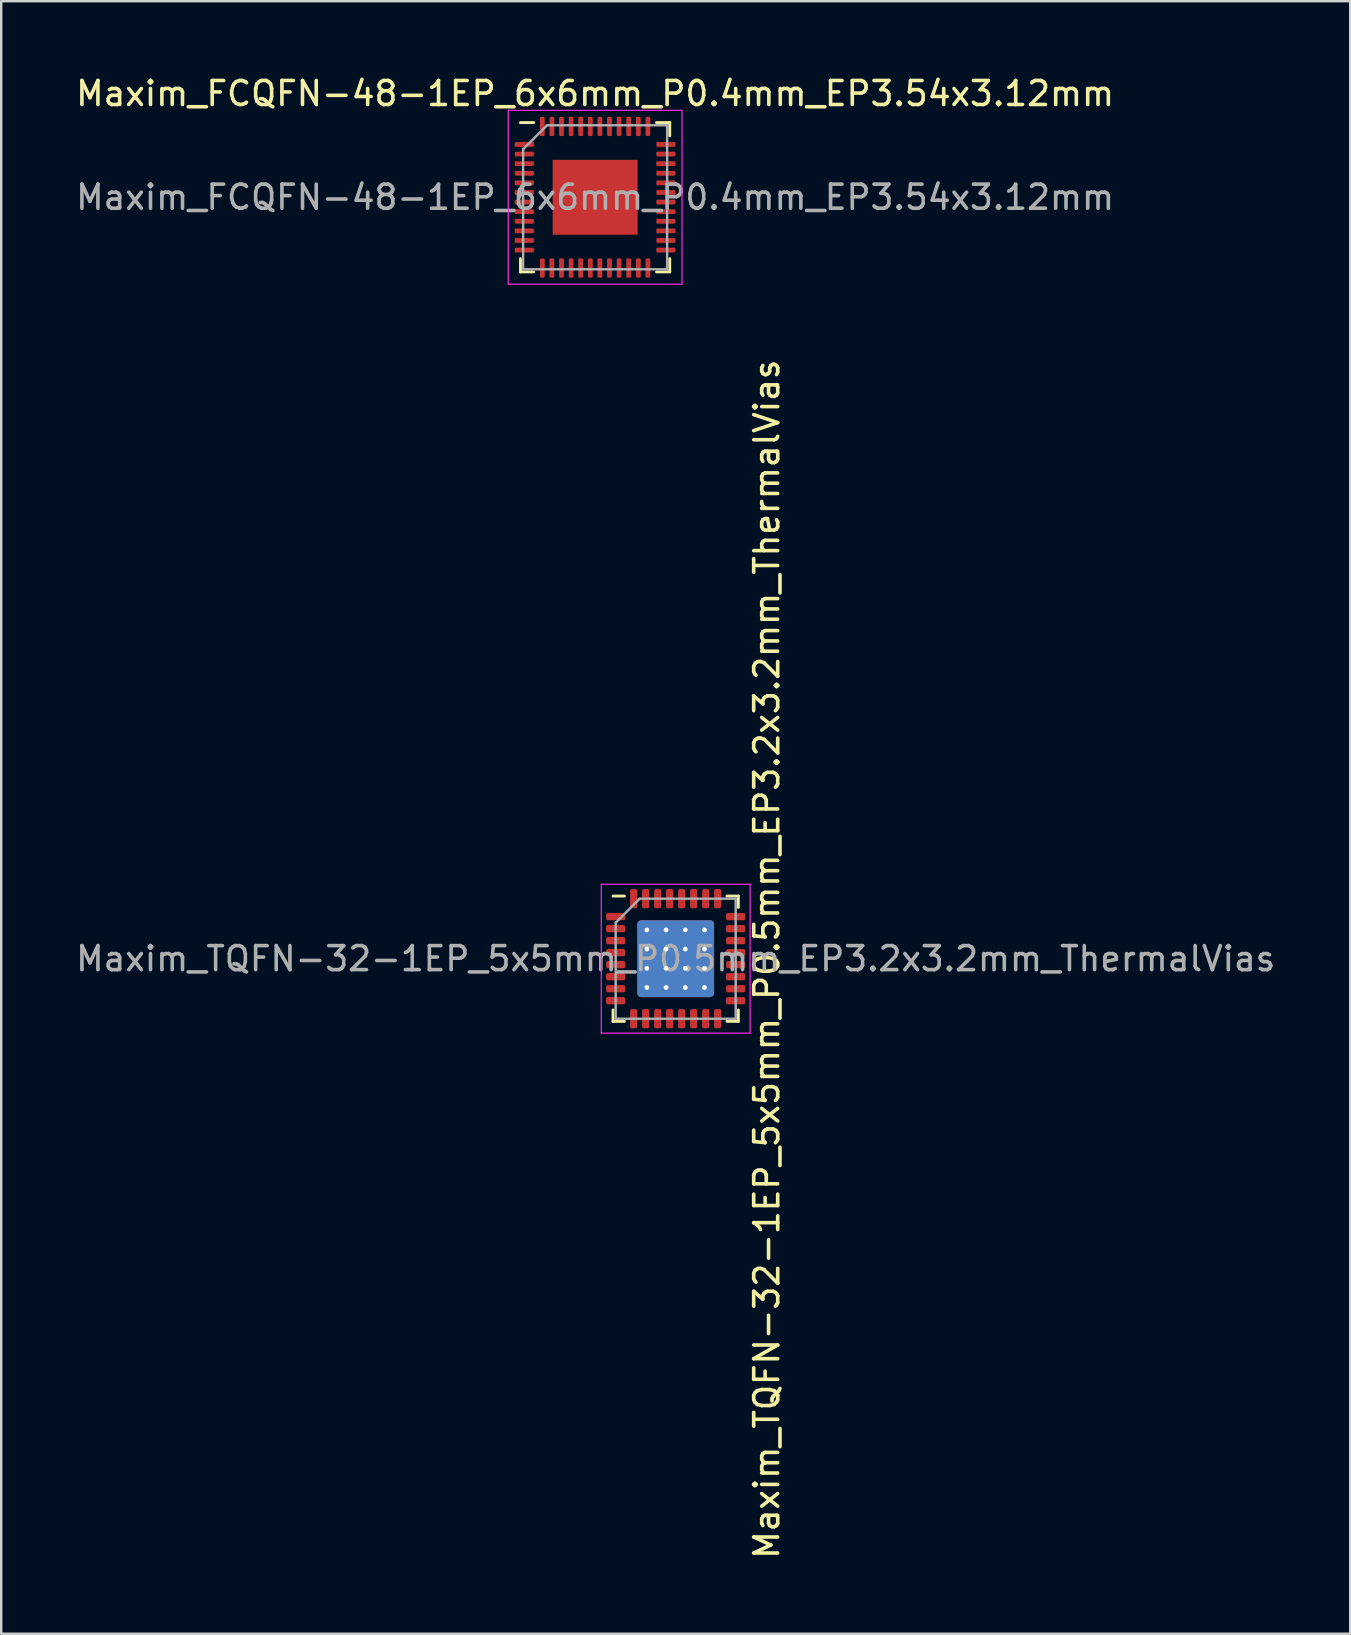
<source format=kicad_pcb>
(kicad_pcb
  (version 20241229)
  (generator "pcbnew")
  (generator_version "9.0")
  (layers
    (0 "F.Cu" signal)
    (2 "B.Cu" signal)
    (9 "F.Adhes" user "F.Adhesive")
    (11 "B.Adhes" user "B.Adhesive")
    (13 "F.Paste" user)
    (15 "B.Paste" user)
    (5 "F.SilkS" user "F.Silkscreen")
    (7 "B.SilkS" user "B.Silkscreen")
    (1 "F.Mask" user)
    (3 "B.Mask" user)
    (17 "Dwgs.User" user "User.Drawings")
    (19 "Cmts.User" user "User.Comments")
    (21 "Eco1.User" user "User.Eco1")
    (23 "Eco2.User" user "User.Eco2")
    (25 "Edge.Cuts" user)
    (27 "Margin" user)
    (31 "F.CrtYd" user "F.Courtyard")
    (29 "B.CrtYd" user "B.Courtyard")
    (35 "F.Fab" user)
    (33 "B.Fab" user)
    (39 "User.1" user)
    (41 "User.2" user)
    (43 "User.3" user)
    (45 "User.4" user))
  (footprint "Maxim_FCQFN-48-1EP_6x6mm_P0.4mm_EP3.54x3.12mm"
    (layer "F.Cu")
    (at 21.744 5.168)
    (property "Reference" "Maxim_FCQFN-48-1EP_6x6mm_P0.4mm_EP3.54x3.12mm" (at 0 -4.32 0) (layer "F.SilkS") (effects (font (size 1 1) (thickness 0.15))))
    (attr smd)
    (fp_line (start -3.11 3.11) (end -3.11 2.56) (stroke (width 0.12) (type solid)) (layer "F.SilkS"))
    (fp_line (start -2.56 -3.11) (end -3.11 -3.11) (stroke (width 0.12) (type solid)) (layer "F.SilkS"))
    (fp_line (start -2.56 3.11) (end -3.11 3.11) (stroke (width 0.12) (type solid)) (layer "F.SilkS"))
    (fp_line (start 2.56 -3.11) (end 3.11 -3.11) (stroke (width 0.12) (type solid)) (layer "F.SilkS"))
    (fp_line (start 2.56 3.11) (end 3.11 3.11) (stroke (width 0.12) (type solid)) (layer "F.SilkS"))
    (fp_line (start 3.11 -3.11) (end 3.11 -2.56) (stroke (width 0.12) (type solid)) (layer "F.SilkS"))
    (fp_line (start 3.11 3.11) (end 3.11 2.56) (stroke (width 0.12) (type solid)) (layer "F.SilkS"))
    (fp_line (start -3.62 -3.62) (end -3.62 3.62) (stroke (width 0.05) (type solid)) (layer "F.CrtYd"))
    (fp_line (start -3.62 3.62) (end 3.62 3.62) (stroke (width 0.05) (type solid)) (layer "F.CrtYd"))
    (fp_line (start 3.62 -3.62) (end -3.62 -3.62) (stroke (width 0.05) (type solid)) (layer "F.CrtYd"))
    (fp_line (start 3.62 3.62) (end 3.62 -3.62) (stroke (width 0.05) (type solid)) (layer "F.CrtYd"))
    (fp_line (start -3 -2) (end -2 -3) (stroke (width 0.1) (type solid)) (layer "F.Fab"))
    (fp_line (start -3 3) (end -3 -2) (stroke (width 0.1) (type solid)) (layer "F.Fab"))
    (fp_line (start -2 -3) (end 3 -3) (stroke (width 0.1) (type solid)) (layer "F.Fab"))
    (fp_line (start 3 -3) (end 3 3) (stroke (width 0.1) (type solid)) (layer "F.Fab"))
    (fp_line (start 3 3) (end -3 3) (stroke (width 0.1) (type solid)) (layer "F.Fab"))
    (fp_text user "${REFERENCE}" (at 0 0 0) (layer "F.Fab") (effects (font (size 1 1) (thickness 0.15))))
    (pad "" smd roundrect (at -1.05 -1.05) (size 0.847 0.847) (layers "F.Paste") (roundrect_rratio 0.25))
    (pad "" smd roundrect (at -1.05 0) (size 0.847 0.847) (layers "F.Paste") (roundrect_rratio 0.25))
    (pad "" smd roundrect (at -1.05 1.05) (size 0.847 0.847) (layers "F.Paste") (roundrect_rratio 0.25))
    (pad "" smd roundrect (at 0 -1.05) (size 0.847 0.847) (layers "F.Paste") (roundrect_rratio 0.25))
    (pad "" smd roundrect (at 0 0) (size 0.847 0.847) (layers "F.Paste") (roundrect_rratio 0.25))
    (pad "" smd roundrect (at 0 1.05) (size 0.847 0.847) (layers "F.Paste") (roundrect_rratio 0.25))
    (pad "" smd roundrect (at 1.05 -1.05) (size 0.847 0.847) (layers "F.Paste") (roundrect_rratio 0.25))
    (pad "" smd roundrect (at 1.05 0) (size 0.847 0.847) (layers "F.Paste") (roundrect_rratio 0.25))
    (pad "" smd roundrect (at 1.05 1.05) (size 0.847 0.847) (layers "F.Paste") (roundrect_rratio 0.25))
    (pad "1" smd roundrect (at -2.95 -2.2) (size 0.8 0.2) (layers "F.Cu" "F.Mask" "F.Paste") (roundrect_rratio 0.25))
    (pad "2" smd roundrect (at -2.95 -1.8) (size 0.8 0.2) (layers "F.Cu" "F.Mask" "F.Paste") (roundrect_rratio 0.25))
    (pad "3" smd roundrect (at -2.95 -1.4) (size 0.8 0.2) (layers "F.Cu" "F.Mask" "F.Paste") (roundrect_rratio 0.25))
    (pad "4" smd roundrect (at -2.95 -1) (size 0.8 0.2) (layers "F.Cu" "F.Mask" "F.Paste") (roundrect_rratio 0.25))
    (pad "5" smd roundrect (at -2.95 -0.6) (size 0.8 0.2) (layers "F.Cu" "F.Mask" "F.Paste") (roundrect_rratio 0.25))
    (pad "6" smd roundrect (at -2.95 -0.2) (size 0.8 0.2) (layers "F.Cu" "F.Mask" "F.Paste") (roundrect_rratio 0.25))
    (pad "7" smd roundrect (at -2.95 0.2) (size 0.8 0.2) (layers "F.Cu" "F.Mask" "F.Paste") (roundrect_rratio 0.25))
    (pad "8" smd roundrect (at -2.95 0.6) (size 0.8 0.2) (layers "F.Cu" "F.Mask" "F.Paste") (roundrect_rratio 0.25))
    (pad "9" smd roundrect (at -2.95 1) (size 0.8 0.2) (layers "F.Cu" "F.Mask" "F.Paste") (roundrect_rratio 0.25))
    (pad "10" smd roundrect (at -2.95 1.4) (size 0.8 0.2) (layers "F.Cu" "F.Mask" "F.Paste") (roundrect_rratio 0.25))
    (pad "11" smd roundrect (at -2.95 1.8) (size 0.8 0.2) (layers "F.Cu" "F.Mask" "F.Paste") (roundrect_rratio 0.25))
    (pad "12" smd roundrect (at -2.95 2.2) (size 0.8 0.2) (layers "F.Cu" "F.Mask" "F.Paste") (roundrect_rratio 0.25))
    (pad "13" smd roundrect (at -2.2 2.95) (size 0.2 0.8) (layers "F.Cu" "F.Mask" "F.Paste") (roundrect_rratio 0.25))
    (pad "14" smd roundrect (at -1.8 2.95) (size 0.2 0.8) (layers "F.Cu" "F.Mask" "F.Paste") (roundrect_rratio 0.25))
    (pad "15" smd roundrect (at -1.4 2.95) (size 0.2 0.8) (layers "F.Cu" "F.Mask" "F.Paste") (roundrect_rratio 0.25))
    (pad "16" smd roundrect (at -1 2.95) (size 0.2 0.8) (layers "F.Cu" "F.Mask" "F.Paste") (roundrect_rratio 0.25))
    (pad "17" smd roundrect (at -0.6 2.95) (size 0.2 0.8) (layers "F.Cu" "F.Mask" "F.Paste") (roundrect_rratio 0.25))
    (pad "18" smd roundrect (at -0.2 2.95) (size 0.2 0.8) (layers "F.Cu" "F.Mask" "F.Paste") (roundrect_rratio 0.25))
    (pad "19" smd roundrect (at 0.2 2.95) (size 0.2 0.8) (layers "F.Cu" "F.Mask" "F.Paste") (roundrect_rratio 0.25))
    (pad "20" smd roundrect (at 0.6 2.95) (size 0.2 0.8) (layers "F.Cu" "F.Mask" "F.Paste") (roundrect_rratio 0.25))
    (pad "21" smd roundrect (at 1 2.95) (size 0.2 0.8) (layers "F.Cu" "F.Mask" "F.Paste") (roundrect_rratio 0.25))
    (pad "22" smd roundrect (at 1.4 2.95) (size 0.2 0.8) (layers "F.Cu" "F.Mask" "F.Paste") (roundrect_rratio 0.25))
    (pad "23" smd roundrect (at 1.8 2.95) (size 0.2 0.8) (layers "F.Cu" "F.Mask" "F.Paste") (roundrect_rratio 0.25))
    (pad "24" smd roundrect (at 2.2 2.95) (size 0.2 0.8) (layers "F.Cu" "F.Mask" "F.Paste") (roundrect_rratio 0.25))
    (pad "25" smd roundrect (at 2.95 2.2) (size 0.8 0.2) (layers "F.Cu" "F.Mask" "F.Paste") (roundrect_rratio 0.25))
    (pad "26" smd roundrect (at 2.95 1.8) (size 0.8 0.2) (layers "F.Cu" "F.Mask" "F.Paste") (roundrect_rratio 0.25))
    (pad "27" smd roundrect (at 2.95 1.4) (size 0.8 0.2) (layers "F.Cu" "F.Mask" "F.Paste") (roundrect_rratio 0.25))
    (pad "28" smd roundrect (at 2.95 1) (size 0.8 0.2) (layers "F.Cu" "F.Mask" "F.Paste") (roundrect_rratio 0.25))
    (pad "29" smd roundrect (at 2.95 0.6) (size 0.8 0.2) (layers "F.Cu" "F.Mask" "F.Paste") (roundrect_rratio 0.25))
    (pad "30" smd roundrect (at 2.95 0.2) (size 0.8 0.2) (layers "F.Cu" "F.Mask" "F.Paste") (roundrect_rratio 0.25))
    (pad "31" smd roundrect (at 2.95 -0.2) (size 0.8 0.2) (layers "F.Cu" "F.Mask" "F.Paste") (roundrect_rratio 0.25))
    (pad "32" smd roundrect (at 2.95 -0.6) (size 0.8 0.2) (layers "F.Cu" "F.Mask" "F.Paste") (roundrect_rratio 0.25))
    (pad "33" smd roundrect (at 2.95 -1) (size 0.8 0.2) (layers "F.Cu" "F.Mask" "F.Paste") (roundrect_rratio 0.25))
    (pad "34" smd roundrect (at 2.95 -1.4) (size 0.8 0.2) (layers "F.Cu" "F.Mask" "F.Paste") (roundrect_rratio 0.25))
    (pad "35" smd roundrect (at 2.95 -1.8) (size 0.8 0.2) (layers "F.Cu" "F.Mask" "F.Paste") (roundrect_rratio 0.25))
    (pad "36" smd roundrect (at 2.95 -2.2) (size 0.8 0.2) (layers "F.Cu" "F.Mask" "F.Paste") (roundrect_rratio 0.25))
    (pad "37" smd roundrect (at 2.2 -2.95) (size 0.2 0.8) (layers "F.Cu" "F.Mask" "F.Paste") (roundrect_rratio 0.25))
    (pad "38" smd roundrect (at 1.8 -2.95) (size 0.2 0.8) (layers "F.Cu" "F.Mask" "F.Paste") (roundrect_rratio 0.25))
    (pad "39" smd roundrect (at 1.4 -2.95) (size 0.2 0.8) (layers "F.Cu" "F.Mask" "F.Paste") (roundrect_rratio 0.25))
    (pad "40" smd roundrect (at 1 -2.95) (size 0.2 0.8) (layers "F.Cu" "F.Mask" "F.Paste") (roundrect_rratio 0.25))
    (pad "41" smd roundrect (at 0.6 -2.95) (size 0.2 0.8) (layers "F.Cu" "F.Mask" "F.Paste") (roundrect_rratio 0.25))
    (pad "42" smd roundrect (at 0.2 -2.95) (size 0.2 0.8) (layers "F.Cu" "F.Mask" "F.Paste") (roundrect_rratio 0.25))
    (pad "43" smd roundrect (at -0.2 -2.95) (size 0.2 0.8) (layers "F.Cu" "F.Mask" "F.Paste") (roundrect_rratio 0.25))
    (pad "44" smd roundrect (at -0.6 -2.95) (size 0.2 0.8) (layers "F.Cu" "F.Mask" "F.Paste") (roundrect_rratio 0.25))
    (pad "45" smd roundrect (at -1 -2.95) (size 0.2 0.8) (layers "F.Cu" "F.Mask" "F.Paste") (roundrect_rratio 0.25))
    (pad "46" smd roundrect (at -1.4 -2.95) (size 0.2 0.8) (layers "F.Cu" "F.Mask" "F.Paste") (roundrect_rratio 0.25))
    (pad "47" smd roundrect (at -1.8 -2.95) (size 0.2 0.8) (layers "F.Cu" "F.Mask" "F.Paste") (roundrect_rratio 0.25))
    (pad "48" smd roundrect (at -2.2 -2.95) (size 0.2 0.8) (layers "F.Cu" "F.Mask" "F.Paste") (roundrect_rratio 0.25))
    (pad "49" smd rect (at 0 0) (size 3.54 3.12) (layers "F.Cu" "F.Mask")))
  (footprint "Maxim_TQFN-32-1EP_5x5mm_P0.5mm_EP3.2x3.2mm_ThermalVias"
    (layer "F.Cu")
    (at 25.101 36.892)
    (property "Reference" "Maxim_TQFN-32-1EP_5x5mm_P0.5mm_EP3.2x3.2mm_ThermalVias" (at 3.795 0.022 90) (layer "F.SilkS") (effects (font (size 1 1) (thickness 0.15))))
    (attr smd)
    (fp_line (start -2.61 2.61) (end -2.61 2.135) (stroke (width 0.12) (type solid)) (layer "F.SilkS"))
    (fp_line (start -2.135 -2.61) (end -2.61 -2.61) (stroke (width 0.12) (type solid)) (layer "F.SilkS"))
    (fp_line (start -2.135 2.61) (end -2.61 2.61) (stroke (width 0.12) (type solid)) (layer "F.SilkS"))
    (fp_line (start 2.135 -2.61) (end 2.61 -2.61) (stroke (width 0.12) (type solid)) (layer "F.SilkS"))
    (fp_line (start 2.135 2.61) (end 2.61 2.61) (stroke (width 0.12) (type solid)) (layer "F.SilkS"))
    (fp_line (start 2.61 -2.61) (end 2.61 -2.135) (stroke (width 0.12) (type solid)) (layer "F.SilkS"))
    (fp_line (start 2.61 2.61) (end 2.61 2.135) (stroke (width 0.12) (type solid)) (layer "F.SilkS"))
    (fp_line (start -3.1 -3.1) (end -3.1 3.1) (stroke (width 0.05) (type solid)) (layer "F.CrtYd"))
    (fp_line (start -3.1 3.1) (end 3.1 3.1) (stroke (width 0.05) (type solid)) (layer "F.CrtYd"))
    (fp_line (start 3.1 -3.1) (end -3.1 -3.1) (stroke (width 0.05) (type solid)) (layer "F.CrtYd"))
    (fp_line (start 3.1 3.1) (end 3.1 -3.1) (stroke (width 0.05) (type solid)) (layer "F.CrtYd"))
    (fp_line (start -2.5 -1.5) (end -1.5 -2.5) (stroke (width 0.1) (type solid)) (layer "F.Fab"))
    (fp_line (start -2.5 2.5) (end -2.5 -1.5) (stroke (width 0.1) (type solid)) (layer "F.Fab"))
    (fp_line (start -1.5 -2.5) (end 2.5 -2.5) (stroke (width 0.1) (type solid)) (layer "F.Fab"))
    (fp_line (start 2.5 -2.5) (end 2.5 2.5) (stroke (width 0.1) (type solid)) (layer "F.Fab"))
    (fp_line (start 2.5 2.5) (end -2.5 2.5) (stroke (width 0.1) (type solid)) (layer "F.Fab"))
    (fp_text user "${REFERENCE}" (at 0 0 180) (layer "F.Fab") (effects (font (size 1 1) (thickness 0.15))))
    (pad "" smd roundrect (at -1.05 -1.05) (size 0.91 0.91) (layers "F.Paste") (roundrect_rratio 0.25))
    (pad "" smd roundrect (at -1.05 0) (size 0.91 0.91) (layers "F.Paste") (roundrect_rratio 0.25))
    (pad "" smd roundrect (at -1.05 1.05) (size 0.91 0.91) (layers "F.Paste") (roundrect_rratio 0.25))
    (pad "" smd roundrect (at 0 -1.05) (size 0.91 0.91) (layers "F.Paste") (roundrect_rratio 0.25))
    (pad "" smd roundrect (at 0 0) (size 0.91 0.91) (layers "F.Paste") (roundrect_rratio 0.25))
    (pad "" smd roundrect (at 0 1.05) (size 0.91 0.91) (layers "F.Paste") (roundrect_rratio 0.25))
    (pad "" smd roundrect (at 1.05 -1.05) (size 0.91 0.91) (layers "F.Paste") (roundrect_rratio 0.25))
    (pad "" smd roundrect (at 1.05 0) (size 0.91 0.91) (layers "F.Paste") (roundrect_rratio 0.25))
    (pad "" smd roundrect (at 1.05 1.05) (size 0.91 0.91) (layers "F.Paste") (roundrect_rratio 0.25))
    (pad "1" smd roundrect (at -2.5 -1.75) (size 0.8 0.3) (layers "F.Cu" "F.Mask" "F.Paste") (roundrect_rratio 0.25))
    (pad "2" smd roundrect (at -2.5 -1.25) (size 0.8 0.3) (layers "F.Cu" "F.Mask" "F.Paste") (roundrect_rratio 0.25))
    (pad "3" smd roundrect (at -2.5 -0.75) (size 0.8 0.3) (layers "F.Cu" "F.Mask" "F.Paste") (roundrect_rratio 0.25))
    (pad "4" smd roundrect (at -2.5 -0.25) (size 0.8 0.3) (layers "F.Cu" "F.Mask" "F.Paste") (roundrect_rratio 0.25))
    (pad "5" smd roundrect (at -2.5 0.25) (size 0.8 0.3) (layers "F.Cu" "F.Mask" "F.Paste") (roundrect_rratio 0.25))
    (pad "6" smd roundrect (at -2.5 0.75) (size 0.8 0.3) (layers "F.Cu" "F.Mask" "F.Paste") (roundrect_rratio 0.25))
    (pad "7" smd roundrect (at -2.5 1.25) (size 0.8 0.3) (layers "F.Cu" "F.Mask" "F.Paste") (roundrect_rratio 0.25))
    (pad "8" smd roundrect (at -2.5 1.75) (size 0.8 0.3) (layers "F.Cu" "F.Mask" "F.Paste") (roundrect_rratio 0.25))
    (pad "9" smd roundrect (at -1.75 2.5) (size 0.3 0.8) (layers "F.Cu" "F.Mask" "F.Paste") (roundrect_rratio 0.25))
    (pad "10" smd roundrect (at -1.25 2.5) (size 0.3 0.8) (layers "F.Cu" "F.Mask" "F.Paste") (roundrect_rratio 0.25))
    (pad "11" smd roundrect (at -0.75 2.5) (size 0.3 0.8) (layers "F.Cu" "F.Mask" "F.Paste") (roundrect_rratio 0.25))
    (pad "12" smd roundrect (at -0.25 2.5) (size 0.3 0.8) (layers "F.Cu" "F.Mask" "F.Paste") (roundrect_rratio 0.25))
    (pad "13" smd roundrect (at 0.25 2.5) (size 0.3 0.8) (layers "F.Cu" "F.Mask" "F.Paste") (roundrect_rratio 0.25))
    (pad "14" smd roundrect (at 0.75 2.5) (size 0.3 0.8) (layers "F.Cu" "F.Mask" "F.Paste") (roundrect_rratio 0.25))
    (pad "15" smd roundrect (at 1.25 2.5) (size 0.3 0.8) (layers "F.Cu" "F.Mask" "F.Paste") (roundrect_rratio 0.25))
    (pad "16" smd roundrect (at 1.75 2.5) (size 0.3 0.8) (layers "F.Cu" "F.Mask" "F.Paste") (roundrect_rratio 0.25))
    (pad "17" smd roundrect (at 2.5 1.75) (size 0.8 0.3) (layers "F.Cu" "F.Mask" "F.Paste") (roundrect_rratio 0.25))
    (pad "18" smd roundrect (at 2.5 1.25) (size 0.8 0.3) (layers "F.Cu" "F.Mask" "F.Paste") (roundrect_rratio 0.25))
    (pad "19" smd roundrect (at 2.5 0.75) (size 0.8 0.3) (layers "F.Cu" "F.Mask" "F.Paste") (roundrect_rratio 0.25))
    (pad "20" smd roundrect (at 2.5 0.25) (size 0.8 0.3) (layers "F.Cu" "F.Mask" "F.Paste") (roundrect_rratio 0.25))
    (pad "21" smd roundrect (at 2.5 -0.25) (size 0.8 0.3) (layers "F.Cu" "F.Mask" "F.Paste") (roundrect_rratio 0.25))
    (pad "22" smd roundrect (at 2.5 -0.75) (size 0.8 0.3) (layers "F.Cu" "F.Mask" "F.Paste") (roundrect_rratio 0.25))
    (pad "23" smd roundrect (at 2.5 -1.25) (size 0.8 0.3) (layers "F.Cu" "F.Mask" "F.Paste") (roundrect_rratio 0.25))
    (pad "24" smd roundrect (at 2.5 -1.75) (size 0.8 0.3) (layers "F.Cu" "F.Mask" "F.Paste") (roundrect_rratio 0.25))
    (pad "25" smd roundrect (at 1.75 -2.5) (size 0.3 0.8) (layers "F.Cu" "F.Mask" "F.Paste") (roundrect_rratio 0.25))
    (pad "26" smd roundrect (at 1.25 -2.5) (size 0.3 0.8) (layers "F.Cu" "F.Mask" "F.Paste") (roundrect_rratio 0.25))
    (pad "27" smd roundrect (at 0.75 -2.5) (size 0.3 0.8) (layers "F.Cu" "F.Mask" "F.Paste") (roundrect_rratio 0.25))
    (pad "28" smd roundrect (at 0.25 -2.5) (size 0.3 0.8) (layers "F.Cu" "F.Mask" "F.Paste") (roundrect_rratio 0.25))
    (pad "29" smd roundrect (at -0.25 -2.5) (size 0.3 0.8) (layers "F.Cu" "F.Mask" "F.Paste") (roundrect_rratio 0.25))
    (pad "30" smd roundrect (at -0.75 -2.5) (size 0.3 0.8) (layers "F.Cu" "F.Mask" "F.Paste") (roundrect_rratio 0.25))
    (pad "31" smd roundrect (at -1.25 -2.5) (size 0.3 0.8) (layers "F.Cu" "F.Mask" "F.Paste") (roundrect_rratio 0.25))
    (pad "32" smd roundrect (at -1.75 -2.5) (size 0.3 0.8) (layers "F.Cu" "F.Mask" "F.Paste") (roundrect_rratio 0.25))
    (pad "33" thru_hole circle (at -1.2 -1.2) (size 0.5 0.5) (drill 0.2) (layers "*.Cu"))
    (pad "33" thru_hole circle (at -1.2 -0.4) (size 0.5 0.5) (drill 0.2) (layers "*.Cu"))
    (pad "33" thru_hole circle (at -1.2 0.4) (size 0.5 0.5) (drill 0.2) (layers "*.Cu"))
    (pad "33" thru_hole circle (at -1.2 1.2) (size 0.5 0.5) (drill 0.2) (layers "*.Cu"))
    (pad "33" thru_hole circle (at -0.4 -1.2) (size 0.5 0.5) (drill 0.2) (layers "*.Cu"))
    (pad "33" thru_hole circle (at -0.4 -0.4) (size 0.5 0.5) (drill 0.2) (layers "*.Cu"))
    (pad "33" thru_hole circle (at -0.4 0.4) (size 0.5 0.5) (drill 0.2) (layers "*.Cu"))
    (pad "33" thru_hole circle (at -0.4 1.2) (size 0.5 0.5) (drill 0.2) (layers "*.Cu"))
    (pad "33" smd roundrect (at 0 0) (size 3.2 3.2) (layers "F.Cu" "F.Mask") (roundrect_rratio 0.05))
    (pad "33" smd roundrect (at 0 0) (size 3.2 3.2) (layers "B.Cu") (roundrect_rratio 0.05))
    (pad "33" thru_hole circle (at 0.4 -1.2) (size 0.5 0.5) (drill 0.2) (layers "*.Cu"))
    (pad "33" thru_hole circle (at 0.4 -0.4) (size 0.5 0.5) (drill 0.2) (layers "*.Cu"))
    (pad "33" thru_hole circle (at 0.4 0.4) (size 0.5 0.5) (drill 0.2) (layers "*.Cu"))
    (pad "33" thru_hole circle (at 0.4 1.2) (size 0.5 0.5) (drill 0.2) (layers "*.Cu"))
    (pad "33" thru_hole circle (at 1.2 -1.2) (size 0.5 0.5) (drill 0.2) (layers "*.Cu"))
    (pad "33" thru_hole circle (at 1.2 -0.4) (size 0.5 0.5) (drill 0.2) (layers "*.Cu"))
    (pad "33" thru_hole circle (at 1.2 0.4) (size 0.5 0.5) (drill 0.2) (layers "*.Cu"))
    (pad "33" thru_hole circle (at 1.2 1.2) (size 0.5 0.5) (drill 0.2) (layers "*.Cu")))
  (gr_rect
    (start -3 -3)
    (end 53.202 65.016)
    (stroke (width 0.1) (type default))
    (fill no)
    (layer "Edge.Cuts")))
</source>
